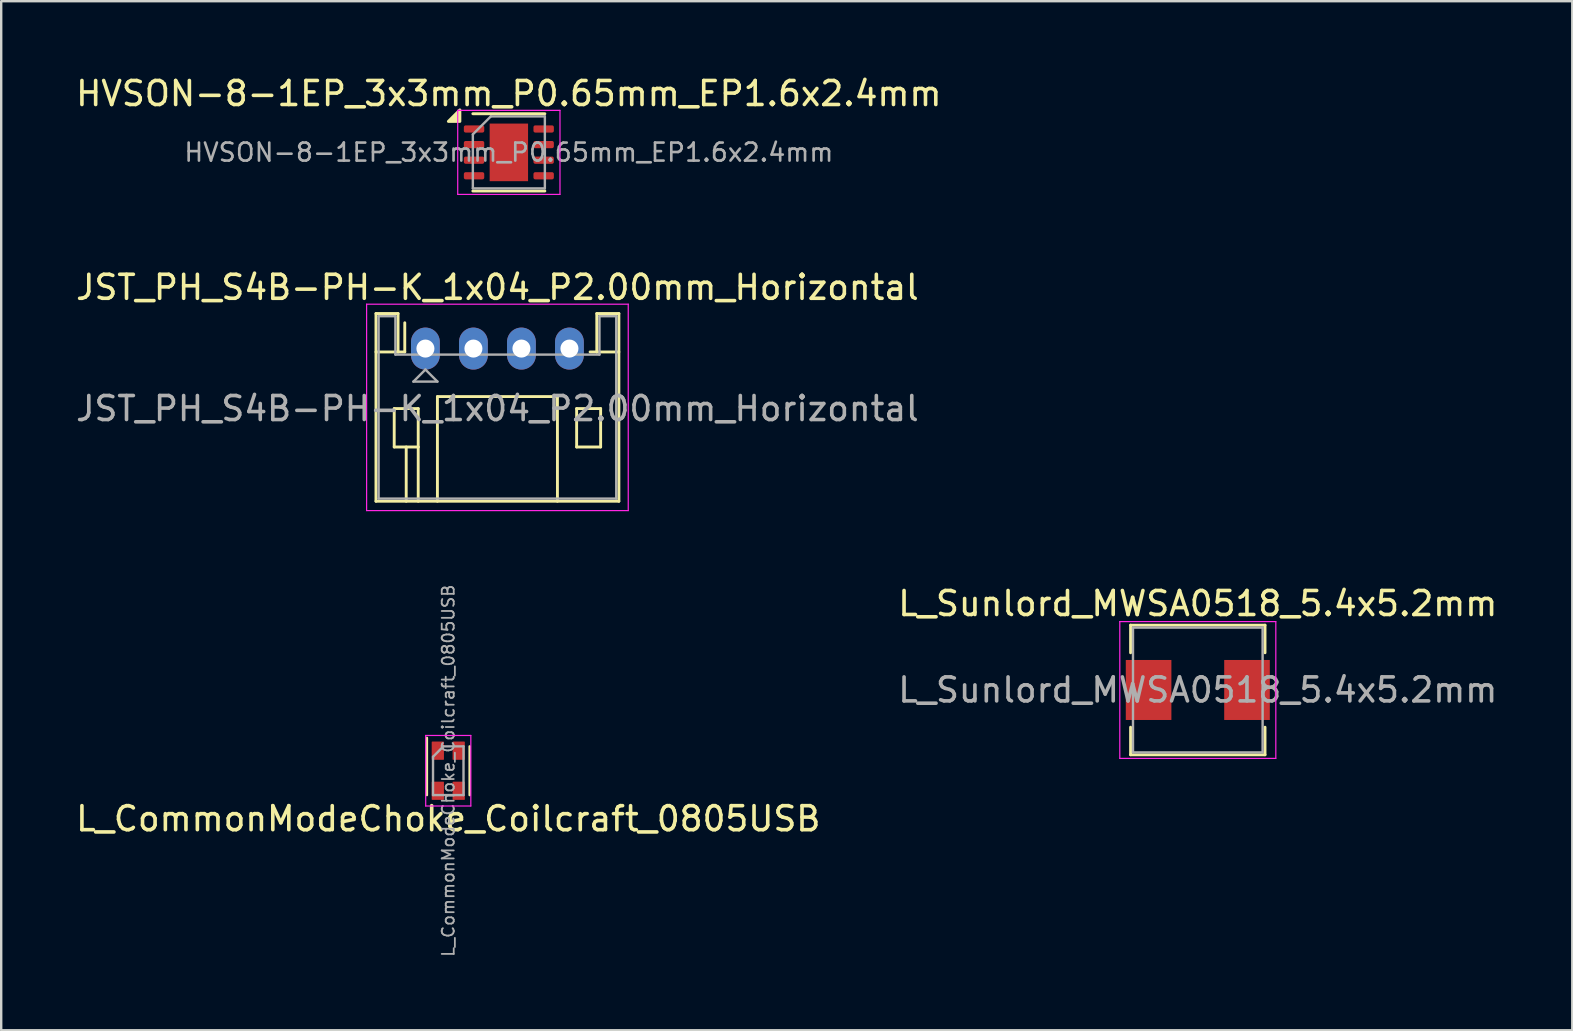
<source format=kicad_pcb>
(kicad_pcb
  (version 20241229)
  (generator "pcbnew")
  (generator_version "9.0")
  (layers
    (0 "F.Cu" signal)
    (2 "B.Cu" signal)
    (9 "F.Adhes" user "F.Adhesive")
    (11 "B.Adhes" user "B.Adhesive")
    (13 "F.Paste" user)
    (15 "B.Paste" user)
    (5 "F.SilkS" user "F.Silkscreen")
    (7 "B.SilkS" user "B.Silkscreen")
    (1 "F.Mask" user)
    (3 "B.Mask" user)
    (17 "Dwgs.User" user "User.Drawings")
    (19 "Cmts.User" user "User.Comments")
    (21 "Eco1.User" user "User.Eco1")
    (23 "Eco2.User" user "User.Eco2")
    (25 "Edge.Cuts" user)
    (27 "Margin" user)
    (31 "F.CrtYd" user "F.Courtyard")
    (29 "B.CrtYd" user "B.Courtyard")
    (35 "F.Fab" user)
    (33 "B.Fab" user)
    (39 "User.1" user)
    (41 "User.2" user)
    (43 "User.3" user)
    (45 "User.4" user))
  (footprint "L_CommonModeChoke_Coilcraft_0805USB"
    (layer "F.Cu")
    (at 15.625 29.059)
    (property "Reference" "L_CommonModeChoke_Coilcraft_0805USB" (at 0 2 0) (layer "F.SilkS") (effects (font (size 1 1) (thickness 0.15))))
    (attr smd)
    (fp_line (start -0.89 -1.37) (end -0.89 1.015) (stroke (width 0.1) (type solid)) (layer "F.SilkS"))
    (fp_line (start 0.89 -1.015) (end 0.89 1.015) (stroke (width 0.1) (type solid)) (layer "F.SilkS"))
    (fp_line (start -0.94 -1.47) (end 0.94 -1.47) (stroke (width 0.05) (type solid)) (layer "F.CrtYd"))
    (fp_line (start -0.94 1.47) (end -0.94 -1.47) (stroke (width 0.05) (type solid)) (layer "F.CrtYd"))
    (fp_line (start -0.94 1.47) (end 0.94 1.47) (stroke (width 0.05) (type solid)) (layer "F.CrtYd"))
    (fp_line (start 0.94 1.47) (end 0.94 -1.47) (stroke (width 0.05) (type solid)) (layer "F.CrtYd"))
    (fp_line (start -0.635 -0.58) (end -0.635 1.015) (stroke (width 0.1) (type solid)) (layer "F.Fab"))
    (fp_line (start -0.635 -0.58) (end -0.205 -1.015) (stroke (width 0.1) (type solid)) (layer "F.Fab"))
    (fp_line (start -0.635 1.015) (end 0.635 1.015) (stroke (width 0.1) (type solid)) (layer "F.Fab"))
    (fp_line (start -0.205 -1.015) (end 0.635 -1.015) (stroke (width 0.1) (type solid)) (layer "F.Fab"))
    (fp_line (start 0.635 -1.015) (end 0.635 1.015) (stroke (width 0.1) (type solid)) (layer "F.Fab"))
    (fp_text user "${REFERENCE}" (at 0 0 90) (layer "F.Fab") (effects (font (size 0.5 0.5) (thickness 0.075))))
    (pad "1" smd roundrect (at -0.435 -0.835) (size 0.51 0.76) (layers "F.Cu" "F.Mask" "F.Paste") (roundrect_rratio 0.05))
    (pad "2" smd roundrect (at -0.435 0.835) (size 0.51 0.76) (layers "F.Cu" "F.Mask" "F.Paste") (roundrect_rratio 0.05))
    (pad "3" smd roundrect (at 0.435 0.835) (size 0.51 0.76) (layers "F.Cu" "F.Mask" "F.Paste") (roundrect_rratio 0.05))
    (pad "4" smd roundrect (at 0.435 -0.835) (size 0.51 0.76) (layers "F.Cu" "F.Mask" "F.Paste") (roundrect_rratio 0.05)))
  (footprint "L_Sunlord_MWSA0518_5.4x5.2mm"
    (layer "F.Cu")
    (at 46.851 25.695)
    (property "Reference" "L_Sunlord_MWSA0518_5.4x5.2mm" (at 0 -3.6 0) (layer "F.SilkS") (effects (font (size 1 1) (thickness 0.15))))
    (attr smd)
    (fp_line (start -2.8 -2.7) (end -2.8 -1.55) (stroke (width 0.12) (type solid)) (layer "F.SilkS"))
    (fp_line (start -2.8 -2.7) (end 2.8 -2.7) (stroke (width 0.12) (type solid)) (layer "F.SilkS"))
    (fp_line (start -2.8 2.7) (end -2.8 1.55) (stroke (width 0.12) (type solid)) (layer "F.SilkS"))
    (fp_line (start -2.8 2.7) (end 2.8 2.7) (stroke (width 0.12) (type solid)) (layer "F.SilkS"))
    (fp_line (start 2.8 -2.7) (end 2.8 -1.55) (stroke (width 0.12) (type solid)) (layer "F.SilkS"))
    (fp_line (start 2.8 2.7) (end 2.8 1.55) (stroke (width 0.12) (type solid)) (layer "F.SilkS"))
    (fp_line (start -3.25 -2.85) (end 3.25 -2.85) (stroke (width 0.05) (type solid)) (layer "F.CrtYd"))
    (fp_line (start -3.25 2.85) (end -3.25 -2.85) (stroke (width 0.05) (type solid)) (layer "F.CrtYd"))
    (fp_line (start 3.25 -2.85) (end 3.25 2.85) (stroke (width 0.05) (type solid)) (layer "F.CrtYd"))
    (fp_line (start 3.25 2.85) (end -3.25 2.85) (stroke (width 0.05) (type solid)) (layer "F.CrtYd"))
    (fp_line (start -2.7 -2.6) (end 2.7 -2.6) (stroke (width 0.1) (type solid)) (layer "F.Fab"))
    (fp_line (start -2.7 2.6) (end -2.7 -2.6) (stroke (width 0.1) (type solid)) (layer "F.Fab"))
    (fp_line (start 2.7 -2.6) (end 2.7 2.6) (stroke (width 0.1) (type solid)) (layer "F.Fab"))
    (fp_line (start 2.7 2.6) (end -2.7 2.6) (stroke (width 0.1) (type solid)) (layer "F.Fab"))
    (fp_text user "${REFERENCE}" (at 0 0 0) (layer "F.Fab") (effects (font (size 1 1) (thickness 0.15))))
    (pad "1" smd rect (at -2.05 0) (size 1.9 2.5) (layers "F.Cu" "F.Mask" "F.Paste"))
    (pad "2" smd rect (at 2.05 0) (size 1.9 2.5) (layers "F.Cu" "F.Mask" "F.Paste")))
  (footprint "JST_PH_S4B-PH-K_1x04_P2.00mm_Horizontal"
    (layer "F.Cu")
    (at 14.673 11.472)
    (property "Reference" "JST_PH_S4B-PH-K_1x04_P2.00mm_Horizontal" (at 3 -2.55 0) (layer "F.SilkS") (effects (font (size 1 1) (thickness 0.15))))
    (attr through_hole)
    (fp_line (start -2.06 -1.46) (end -2.06 6.36) (stroke (width 0.12) (type solid)) (layer "F.SilkS"))
    (fp_line (start -2.06 0.14) (end -1.14 0.14) (stroke (width 0.12) (type solid)) (layer "F.SilkS"))
    (fp_line (start -2.06 6.36) (end 8.06 6.36) (stroke (width 0.12) (type solid)) (layer "F.SilkS"))
    (fp_line (start -1.3 2.5) (end -1.3 4.1) (stroke (width 0.12) (type solid)) (layer "F.SilkS"))
    (fp_line (start -1.3 4.1) (end -0.3 4.1) (stroke (width 0.12) (type solid)) (layer "F.SilkS"))
    (fp_line (start -1.14 -1.46) (end -2.06 -1.46) (stroke (width 0.12) (type solid)) (layer "F.SilkS"))
    (fp_line (start -1.14 0.14) (end -1.14 -1.46) (stroke (width 0.12) (type solid)) (layer "F.SilkS"))
    (fp_line (start -0.86 0.14) (end -1.14 0.14) (stroke (width 0.12) (type solid)) (layer "F.SilkS"))
    (fp_line (start -0.86 0.14) (end -0.86 -1.075) (stroke (width 0.12) (type solid)) (layer "F.SilkS"))
    (fp_line (start -0.8 4.1) (end -0.8 6.36) (stroke (width 0.12) (type solid)) (layer "F.SilkS"))
    (fp_line (start -0.3 2.5) (end -1.3 2.5) (stroke (width 0.12) (type solid)) (layer "F.SilkS"))
    (fp_line (start -0.3 4.1) (end -0.3 2.5) (stroke (width 0.12) (type solid)) (layer "F.SilkS"))
    (fp_line (start -0.3 4.1) (end -0.3 6.36) (stroke (width 0.12) (type solid)) (layer "F.SilkS"))
    (fp_line (start 0.5 2) (end 5.5 2) (stroke (width 0.12) (type solid)) (layer "F.SilkS"))
    (fp_line (start 0.5 6.36) (end 0.5 2) (stroke (width 0.12) (type solid)) (layer "F.SilkS"))
    (fp_line (start 5.5 2) (end 5.5 6.36) (stroke (width 0.12) (type solid)) (layer "F.SilkS"))
    (fp_line (start 6.3 2.5) (end 7.3 2.5) (stroke (width 0.12) (type solid)) (layer "F.SilkS"))
    (fp_line (start 6.3 4.1) (end 6.3 2.5) (stroke (width 0.12) (type solid)) (layer "F.SilkS"))
    (fp_line (start 7.14 -1.46) (end 7.14 0.14) (stroke (width 0.12) (type solid)) (layer "F.SilkS"))
    (fp_line (start 7.14 0.14) (end 6.86 0.14) (stroke (width 0.12) (type solid)) (layer "F.SilkS"))
    (fp_line (start 7.3 2.5) (end 7.3 4.1) (stroke (width 0.12) (type solid)) (layer "F.SilkS"))
    (fp_line (start 7.3 4.1) (end 6.3 4.1) (stroke (width 0.12) (type solid)) (layer "F.SilkS"))
    (fp_line (start 8.06 -1.46) (end 7.14 -1.46) (stroke (width 0.12) (type solid)) (layer "F.SilkS"))
    (fp_line (start 8.06 0.14) (end 7.14 0.14) (stroke (width 0.12) (type solid)) (layer "F.SilkS"))
    (fp_line (start 8.06 6.36) (end 8.06 -1.46) (stroke (width 0.12) (type solid)) (layer "F.SilkS"))
    (fp_line (start -2.45 -1.85) (end -2.45 6.75) (stroke (width 0.05) (type solid)) (layer "F.CrtYd"))
    (fp_line (start -2.45 6.75) (end 8.45 6.75) (stroke (width 0.05) (type solid)) (layer "F.CrtYd"))
    (fp_line (start 8.45 -1.85) (end -2.45 -1.85) (stroke (width 0.05) (type solid)) (layer "F.CrtYd"))
    (fp_line (start 8.45 6.75) (end 8.45 -1.85) (stroke (width 0.05) (type solid)) (layer "F.CrtYd"))
    (fp_line (start -1.95 -1.35) (end -1.95 6.25) (stroke (width 0.1) (type solid)) (layer "F.Fab"))
    (fp_line (start -1.95 6.25) (end 7.95 6.25) (stroke (width 0.1) (type solid)) (layer "F.Fab"))
    (fp_line (start -1.25 -1.35) (end -1.95 -1.35) (stroke (width 0.1) (type solid)) (layer "F.Fab"))
    (fp_line (start -1.25 0.25) (end -1.25 -1.35) (stroke (width 0.1) (type solid)) (layer "F.Fab"))
    (fp_line (start -0.5 1.375) (end 0.5 1.375) (stroke (width 0.1) (type solid)) (layer "F.Fab"))
    (fp_line (start 0 0.875) (end -0.5 1.375) (stroke (width 0.1) (type solid)) (layer "F.Fab"))
    (fp_line (start 0.5 1.375) (end 0 0.875) (stroke (width 0.1) (type solid)) (layer "F.Fab"))
    (fp_line (start 7.25 -1.35) (end 7.25 0.25) (stroke (width 0.1) (type solid)) (layer "F.Fab"))
    (fp_line (start 7.25 0.25) (end -1.25 0.25) (stroke (width 0.1) (type solid)) (layer "F.Fab"))
    (fp_line (start 7.95 -1.35) (end 7.25 -1.35) (stroke (width 0.1) (type solid)) (layer "F.Fab"))
    (fp_line (start 7.95 6.25) (end 7.95 -1.35) (stroke (width 0.1) (type solid)) (layer "F.Fab"))
    (fp_text user "${REFERENCE}" (at 3 2.5 0) (layer "F.Fab") (effects (font (size 1 1) (thickness 0.15))))
    (pad "1" thru_hole oval (at 0 0) (size 1.2 1.75) (drill 0.75) (layers "*.Cu" "*.Mask"))
    (pad "2" thru_hole oval (at 2 0) (size 1.2 1.75) (drill 0.75) (layers "*.Cu" "*.Mask"))
    (pad "3" thru_hole oval (at 4 0) (size 1.2 1.75) (drill 0.75) (layers "*.Cu" "*.Mask"))
    (pad "4" thru_hole oval (at 6 0) (size 1.2 1.75) (drill 0.75) (layers "*.Cu" "*.Mask")))
  (footprint "HVSON-8-1EP_3x3mm_P0.65mm_EP1.6x2.4mm"
    (layer "F.Cu")
    (at 18.149 3.298)
    (property "Reference" "HVSON-8-1EP_3x3mm_P0.65mm_EP1.6x2.4mm" (at 0 -2.45 0) (layer "F.SilkS") (effects (font (size 1 1) (thickness 0.15))))
    (attr smd)
    (fp_line (start -1.5 -1.61) (end 1.5 -1.61) (stroke (width 0.12) (type solid)) (layer "F.SilkS"))
    (fp_line (start -1.5 1.61) (end 1.5 1.61) (stroke (width 0.12) (type solid)) (layer "F.SilkS"))
    (fp_poly (pts (xy -2.04 -1.29) (xy -2.52 -1.29) (xy -2.04 -1.77) (xy -2.04 -1.29)) (stroke (width 0.12) (type solid)) (fill yes) (layer "F.SilkS"))
    (fp_line (start -2.13 -1.75) (end -2.13 1.75) (stroke (width 0.05) (type solid)) (layer "F.CrtYd"))
    (fp_line (start -2.13 1.75) (end 2.13 1.75) (stroke (width 0.05) (type solid)) (layer "F.CrtYd"))
    (fp_line (start 2.13 -1.75) (end -2.13 -1.75) (stroke (width 0.05) (type solid)) (layer "F.CrtYd"))
    (fp_line (start 2.13 1.75) (end 2.13 -1.75) (stroke (width 0.05) (type solid)) (layer "F.CrtYd"))
    (fp_line (start -1.5 -0.75) (end -0.75 -1.5) (stroke (width 0.1) (type solid)) (layer "F.Fab"))
    (fp_line (start -1.5 1.5) (end -1.5 -0.75) (stroke (width 0.1) (type solid)) (layer "F.Fab"))
    (fp_line (start -0.75 -1.5) (end 1.5 -1.5) (stroke (width 0.1) (type solid)) (layer "F.Fab"))
    (fp_line (start 1.5 -1.5) (end 1.5 1.5) (stroke (width 0.1) (type solid)) (layer "F.Fab"))
    (fp_line (start 1.5 1.5) (end -1.5 1.5) (stroke (width 0.1) (type solid)) (layer "F.Fab"))
    (fp_text user "${REFERENCE}" (at 0 0 0) (layer "F.Fab") (effects (font (size 0.75 0.75) (thickness 0.11))))
    (pad "" smd roundrect (at -0.4 -0.6) (size 0.64 0.97) (layers "F.Paste") (roundrect_rratio 0.25))
    (pad "" smd roundrect (at -0.4 0.6) (size 0.64 0.97) (layers "F.Paste") (roundrect_rratio 0.25))
    (pad "" smd roundrect (at 0.4 -0.6) (size 0.64 0.97) (layers "F.Paste") (roundrect_rratio 0.25))
    (pad "" smd roundrect (at 0.4 0.6) (size 0.64 0.97) (layers "F.Paste") (roundrect_rratio 0.25))
    (pad "1" smd roundrect (at -1.45 -0.975) (size 0.85 0.3) (layers "F.Cu" "F.Mask" "F.Paste") (roundrect_rratio 0.25))
    (pad "2" smd roundrect (at -1.45 -0.325) (size 0.85 0.3) (layers "F.Cu" "F.Mask" "F.Paste") (roundrect_rratio 0.25))
    (pad "3" smd roundrect (at -1.45 0.325) (size 0.85 0.3) (layers "F.Cu" "F.Mask" "F.Paste") (roundrect_rratio 0.25))
    (pad "4" smd roundrect (at -1.45 0.975) (size 0.85 0.3) (layers "F.Cu" "F.Mask" "F.Paste") (roundrect_rratio 0.25))
    (pad "5" smd roundrect (at 1.45 0.975) (size 0.85 0.3) (layers "F.Cu" "F.Mask" "F.Paste") (roundrect_rratio 0.25))
    (pad "6" smd roundrect (at 1.45 0.325) (size 0.85 0.3) (layers "F.Cu" "F.Mask" "F.Paste") (roundrect_rratio 0.25))
    (pad "7" smd roundrect (at 1.45 -0.325) (size 0.85 0.3) (layers "F.Cu" "F.Mask" "F.Paste") (roundrect_rratio 0.25))
    (pad "8" smd roundrect (at 1.45 -0.975) (size 0.85 0.3) (layers "F.Cu" "F.Mask" "F.Paste") (roundrect_rratio 0.25))
    (pad "9" smd rect (at 0 0) (size 1.6 2.4) (property pad_prop_heatsink) (layers "F.Cu" "F.Mask")))
  (gr_rect
    (start -3 -3)
    (end 62.452 39.871)
    (stroke (width 0.1) (type default))
    (fill no)
    (layer "Edge.Cuts")))
</source>
